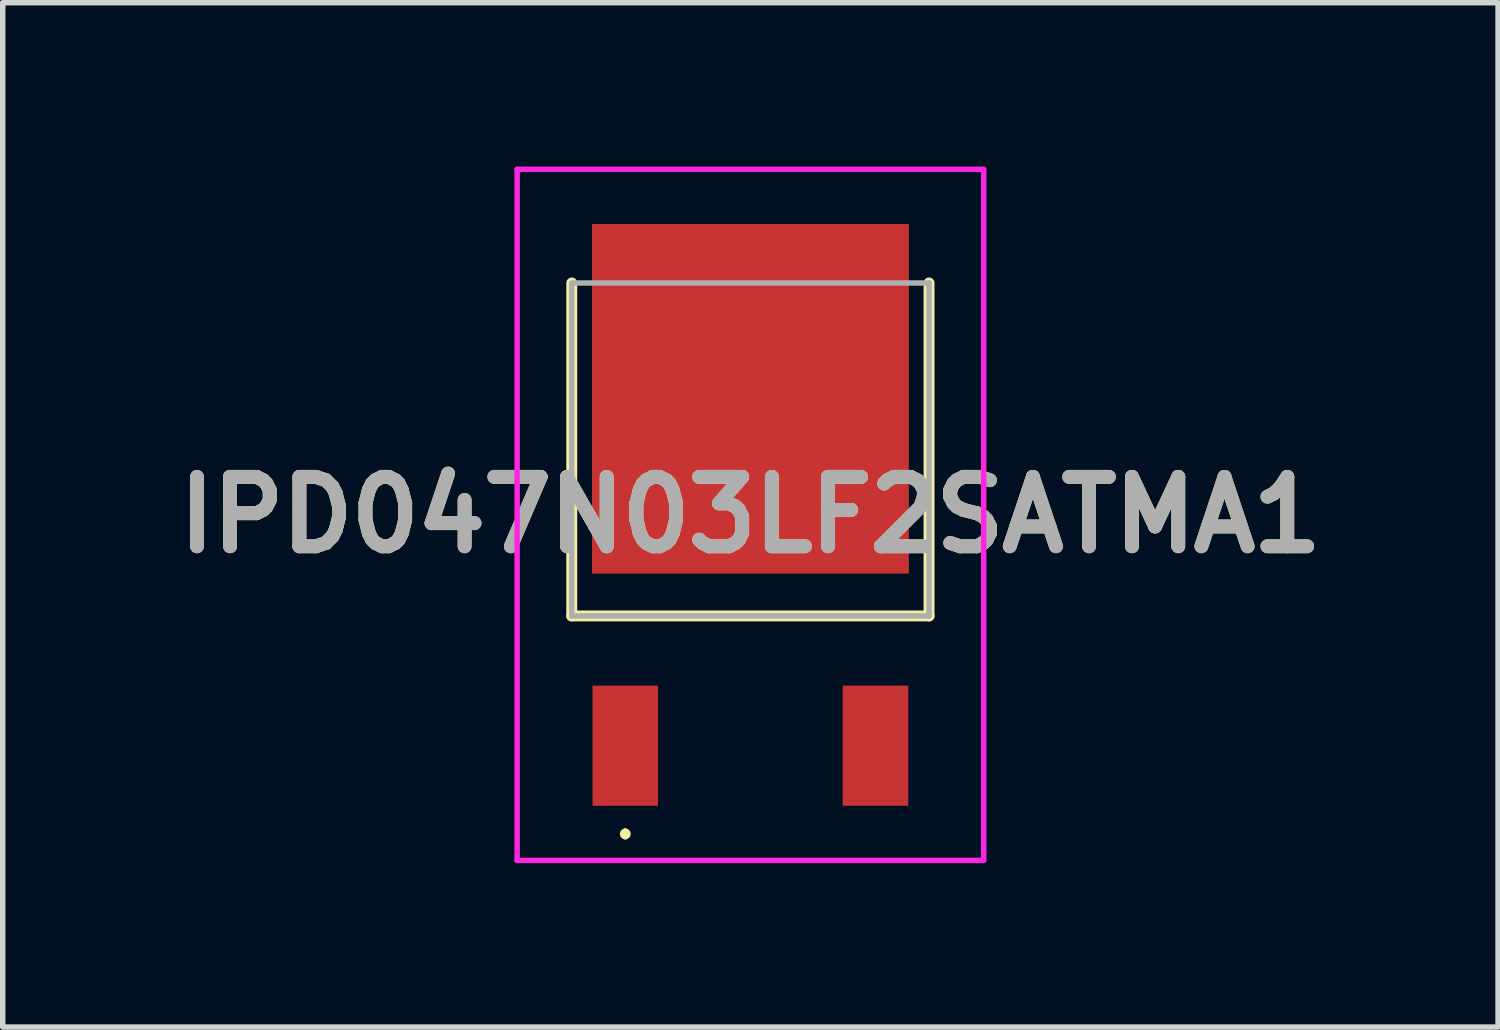
<source format=kicad_pcb>
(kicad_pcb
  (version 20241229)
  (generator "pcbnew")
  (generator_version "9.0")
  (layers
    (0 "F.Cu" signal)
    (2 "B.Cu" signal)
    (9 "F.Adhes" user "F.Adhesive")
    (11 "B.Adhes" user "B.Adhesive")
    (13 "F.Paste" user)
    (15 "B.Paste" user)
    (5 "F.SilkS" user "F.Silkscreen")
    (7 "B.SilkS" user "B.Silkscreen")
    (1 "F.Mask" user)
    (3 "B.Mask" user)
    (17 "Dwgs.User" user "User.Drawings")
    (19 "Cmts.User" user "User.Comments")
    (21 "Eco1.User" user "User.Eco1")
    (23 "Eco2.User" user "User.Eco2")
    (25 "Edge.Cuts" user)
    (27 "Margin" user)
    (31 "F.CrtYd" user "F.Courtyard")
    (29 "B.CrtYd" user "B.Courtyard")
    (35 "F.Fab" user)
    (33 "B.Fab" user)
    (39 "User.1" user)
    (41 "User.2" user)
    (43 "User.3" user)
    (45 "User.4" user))
  (footprint "IPD047N03LF2SATMA1"
    (layer "F.Cu")
    (at 10.686 6.365)
    (property "Reference" "IPD047N03LF2SATMA1" (at 0 0.01 0) (layer "F.SilkS") (effects (font (size 1.27 1.27) (thickness 0.254))))
    (attr smd)
    (fp_line (start -3.27 -4.235) (end -3.27 1.86) (stroke (width 0.2) (type solid)) (layer "F.SilkS"))
    (fp_line (start -3.27 1.86) (end 3.27 1.86) (stroke (width 0.2) (type solid)) (layer "F.SilkS"))
    (fp_line (start -2.29 5.8) (end -2.29 5.8) (stroke (width 0.1) (type solid)) (layer "F.SilkS"))
    (fp_line (start -2.29 5.9) (end -2.29 5.9) (stroke (width 0.1) (type solid)) (layer "F.SilkS"))
    (fp_line (start 3.27 1.86) (end 3.27 -4.235) (stroke (width 0.2) (type solid)) (layer "F.SilkS"))
    (fp_arc (start -2.29 5.8) (mid -2.24 5.85) (end -2.29 5.9) (stroke (width 0.1) (type solid)) (layer "F.SilkS"))
    (fp_arc (start -2.29 5.9) (mid -2.34 5.85) (end -2.29 5.8) (stroke (width 0.1) (type solid)) (layer "F.SilkS"))
    (fp_line (start -4.27 -6.315) (end 4.27 -6.315) (stroke (width 0.1) (type solid)) (layer "F.CrtYd"))
    (fp_line (start -4.27 6.335) (end -4.27 -6.315) (stroke (width 0.1) (type solid)) (layer "F.CrtYd"))
    (fp_line (start 4.27 -6.315) (end 4.27 6.335) (stroke (width 0.1) (type solid)) (layer "F.CrtYd"))
    (fp_line (start 4.27 6.335) (end -4.27 6.335) (stroke (width 0.1) (type solid)) (layer "F.CrtYd"))
    (fp_line (start -3.27 -4.235) (end 3.27 -4.235) (stroke (width 0.1) (type solid)) (layer "F.Fab"))
    (fp_line (start -3.27 1.86) (end -3.27 -4.235) (stroke (width 0.1) (type solid)) (layer "F.Fab"))
    (fp_line (start 3.27 -4.235) (end 3.27 1.86) (stroke (width 0.1) (type solid)) (layer "F.Fab"))
    (fp_line (start 3.27 1.86) (end -3.27 1.86) (stroke (width 0.1) (type solid)) (layer "F.Fab"))
    (fp_text user "${REFERENCE}" (at 0 0.01 0) (layer "F.Fab") (effects (font (size 1.27 1.27) (thickness 0.254))))
    (pad "1" smd rect (at -2.29 4.235) (size 1.2 2.2) (layers "F.Cu" "F.Mask" "F.Paste"))
    (pad "2" smd rect (at 0 -2.115) (size 5.8 6.4) (layers "F.Cu" "F.Mask" "F.Paste"))
    (pad "3" smd rect (at 2.29 4.235) (size 1.2 2.2) (layers "F.Cu" "F.Mask" "F.Paste")))
  (gr_rect
    (start -3 -3)
    (end 24.372 15.75)
    (stroke (width 0.1) (type default))
    (fill no)
    (layer "Edge.Cuts")))
</source>
